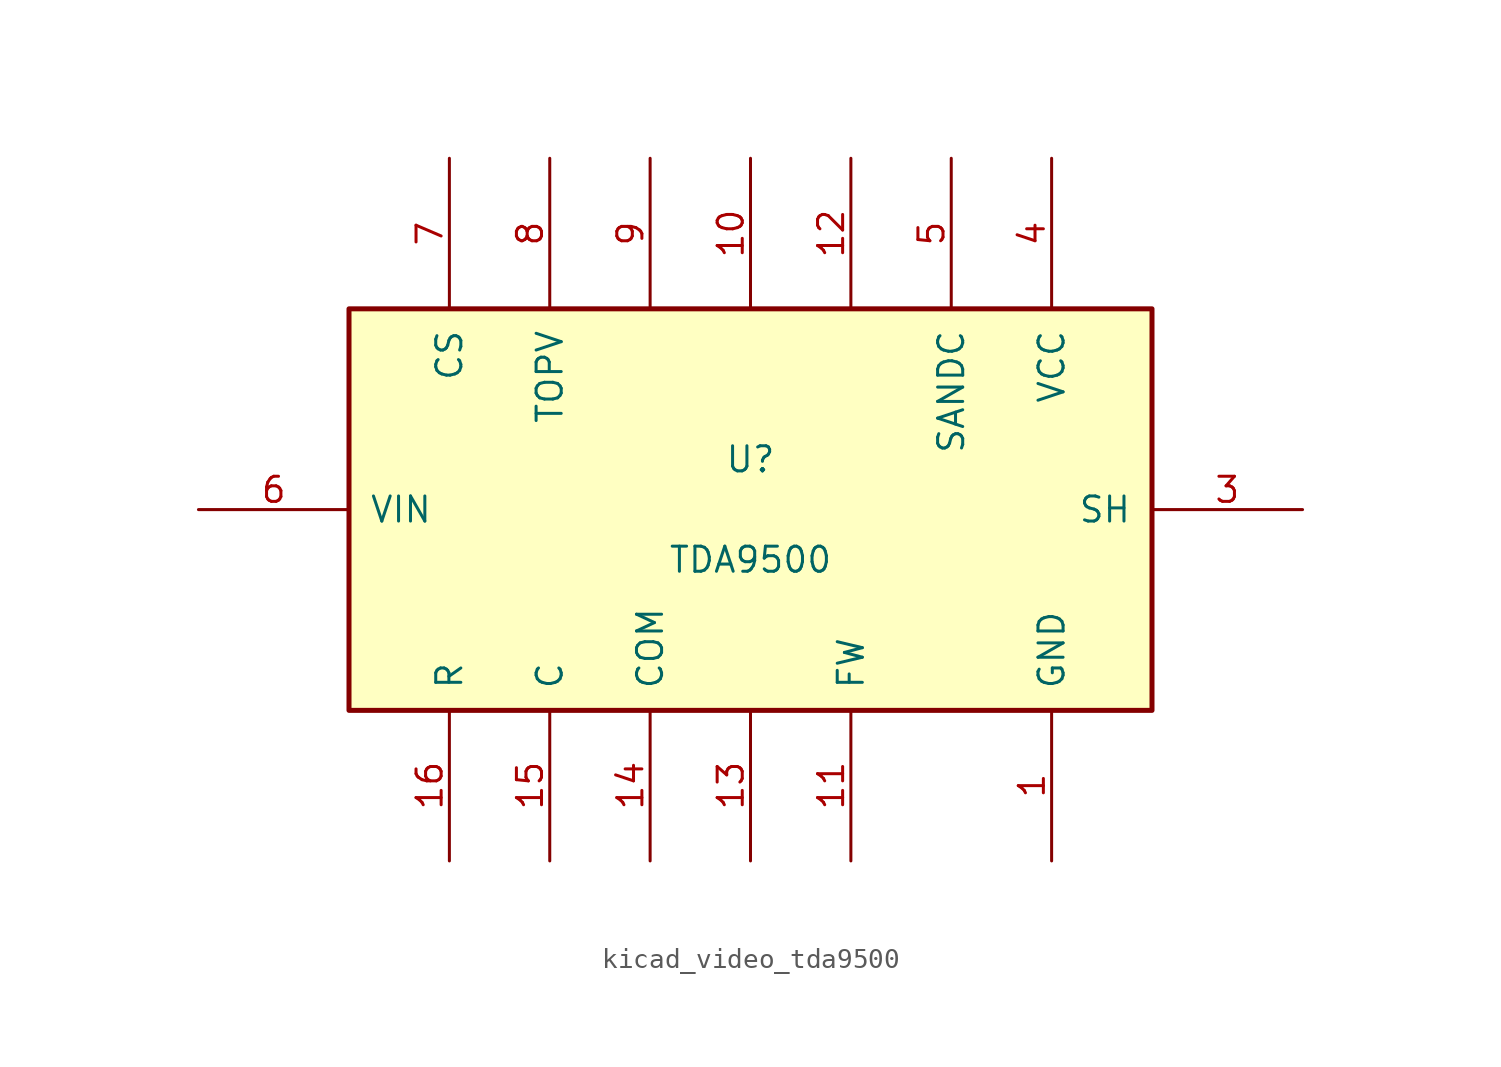
<source format=kicad_sym>
(kicad_symbol_lib
  (version 20220914)
  (generator kicad_symbol_editor)
  (symbol "kicad_video_tda9500"
    (pin_names
      (offset 1.016))
    (property "Reference" "U"
      (at 0 2.54 0)
      (effects (font (size 1.27 1.27))))
    (property "Value" "TDA9500"
      (at 0 -2.54 0)
      (effects (font (size 1.27 1.27))))
    (symbol "kicad_video_tda9500_0_1"
      (rectangle (start -20.32 -10.16) (end 20.32 10.16) (stroke (width 0.254) (type default)) (fill (type background))))
    (symbol "kicad_video_tda9500_1_1"
      (pin power_in line (at 15.24 -17.78 90) (length 7.62) (name "GND" (effects (font (size 1.27 1.27)))) (number "1" (effects (font (size 1.27 1.27)))))
      (pin passive line (at 0 17.78 270) (length 7.62) (name "~" (effects (font (size 1.27 1.27)))) (number "10" (effects (font (size 1.27 1.27)))))
      (pin input line (at 5.08 -17.78 90) (length 7.62) (name "FW" (effects (font (size 1.27 1.27)))) (number "11" (effects (font (size 1.27 1.27)))))
      (pin passive line (at 5.08 17.78 270) (length 7.62) (name "~" (effects (font (size 1.27 1.27)))) (number "12" (effects (font (size 1.27 1.27)))))
      (pin passive line (at 0 -17.78 90) (length 7.62) (name "~" (effects (font (size 1.27 1.27)))) (number "13" (effects (font (size 1.27 1.27)))))
      (pin passive line (at -5.08 -17.78 90) (length 7.62) (name "COM" (effects (font (size 1.27 1.27)))) (number "14" (effects (font (size 1.27 1.27)))))
      (pin input line (at -10.16 -17.78 90) (length 7.62) (name "C" (effects (font (size 1.27 1.27)))) (number "15" (effects (font (size 1.27 1.27)))))
      (pin input line (at -15.24 -17.78 90) (length 7.62) (name "R" (effects (font (size 1.27 1.27)))) (number "16" (effects (font (size 1.27 1.27)))))
      (pin output line (at 27.94 0 180) (length 7.62) (name "SH" (effects (font (size 1.27 1.27)))) (number "3" (effects (font (size 1.27 1.27)))))
      (pin power_in line (at 15.24 17.78 270) (length 7.62) (name "VCC" (effects (font (size 1.27 1.27)))) (number "4" (effects (font (size 1.27 1.27)))))
      (pin output line (at 10.16 17.78 270) (length 7.62) (name "SANDC" (effects (font (size 1.27 1.27)))) (number "5" (effects (font (size 1.27 1.27)))))
      (pin power_in line (at -27.94 0 0) (length 7.62) (name "VIN" (effects (font (size 1.27 1.27)))) (number "6" (effects (font (size 1.27 1.27)))))
      (pin output line (at -15.24 17.78 270) (length 7.62) (name "CS" (effects (font (size 1.27 1.27)))) (number "7" (effects (font (size 1.27 1.27)))))
      (pin output line (at -10.16 17.78 270) (length 7.62) (name "TOPV" (effects (font (size 1.27 1.27)))) (number "8" (effects (font (size 1.27 1.27)))))
      (pin passive line (at -5.08 17.78 270) (length 7.62) (name "~" (effects (font (size 1.27 1.27)))) (number "9" (effects (font (size 1.27 1.27))))))))
</source>
